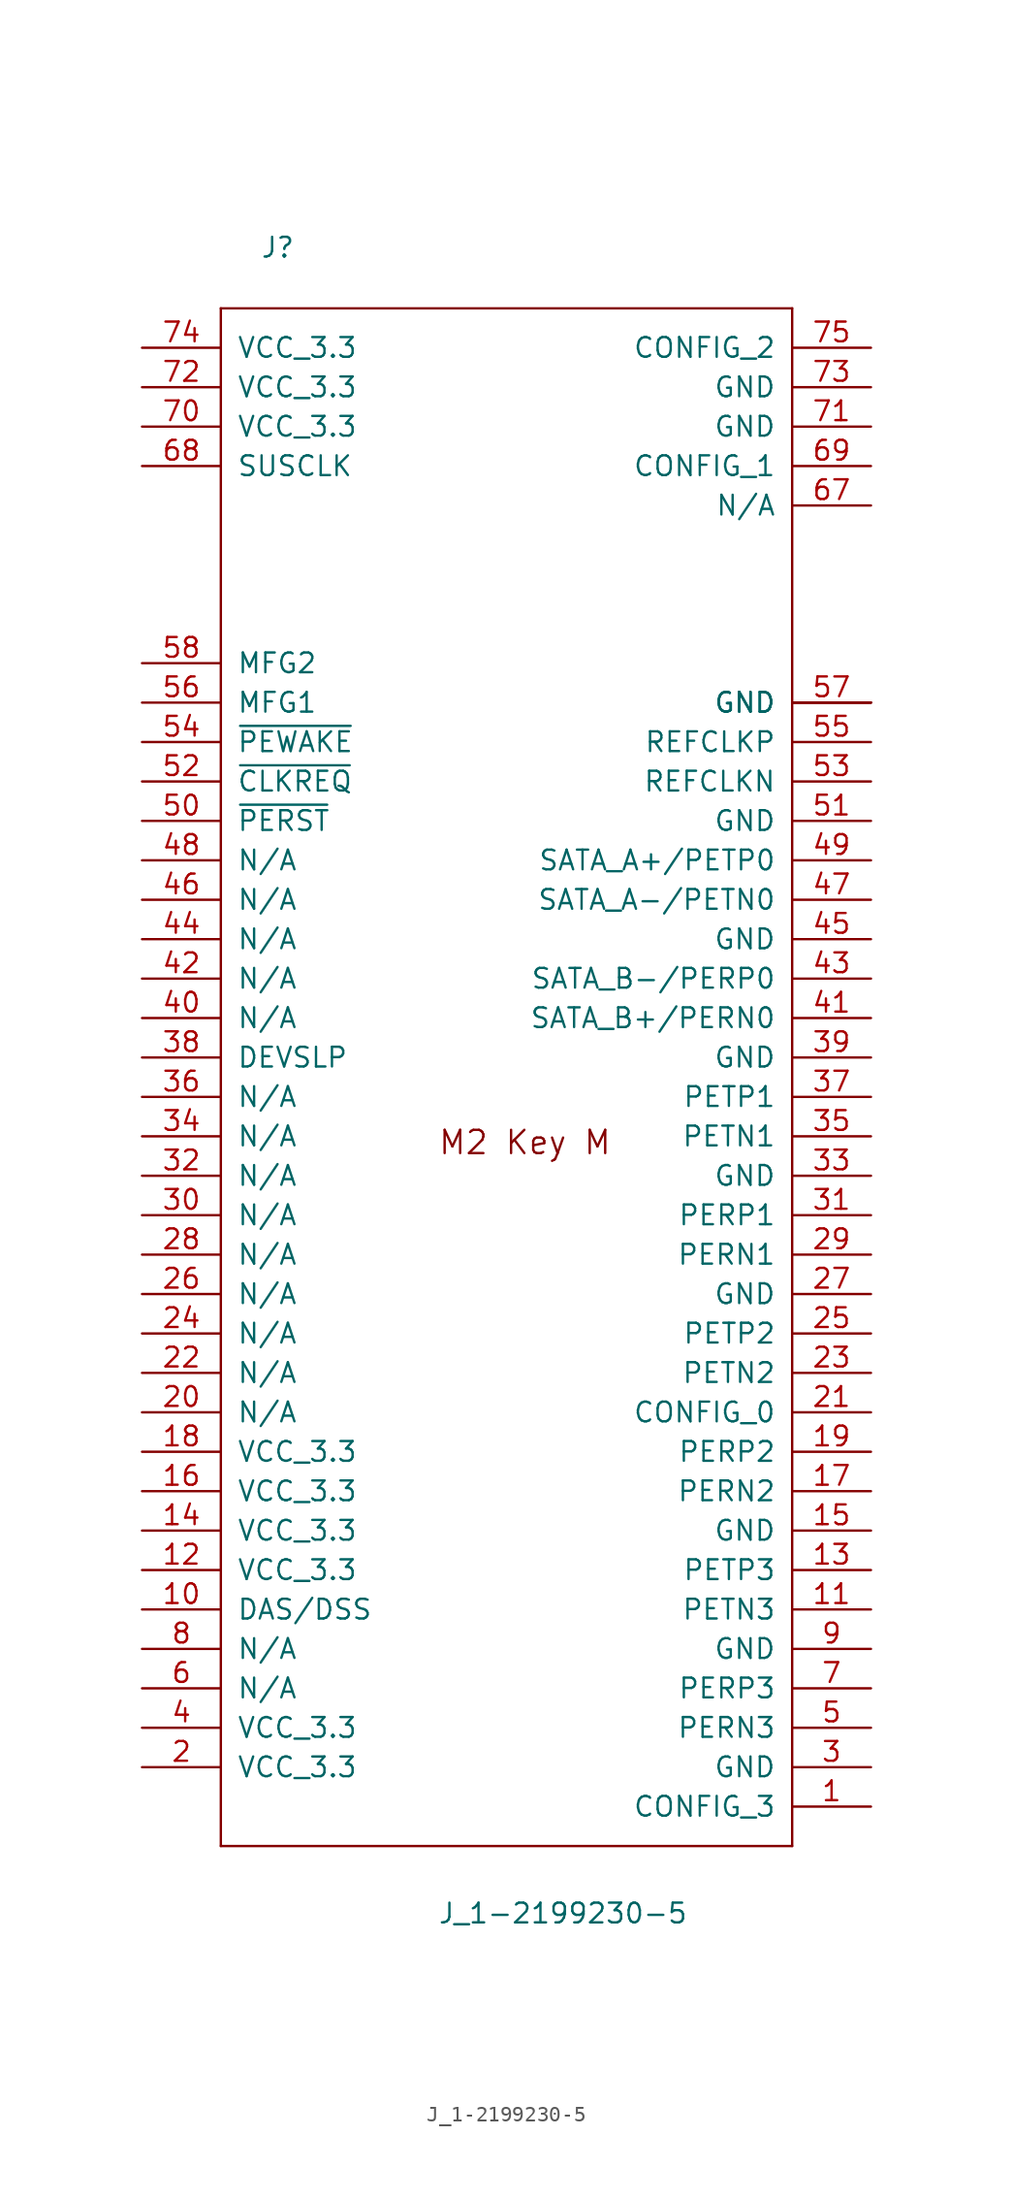
<source format=kicad_sym>
(kicad_symbol_lib
  (version 20211014)
  (generator kicad_symbol_editor)
  (symbol "J_1-2199230-5"
    (pin_names
      (offset 1.016))
    (property "Reference" "J"
      (at -16.51 55.245 0)
      (effects (font (size 1.27 1.27)) (justify left bottom)))
    (property "Value" "J_1-2199230-5"
      (at -5.08 -52.07 0)
      (effects (font (size 1.27 1.27)) (justify left bottom)))
    (symbol "J_1-2199230-5_1_1"
      (polyline (pts (xy -19.05 -46.99) (xy -19.05 52.07)) (stroke (width 0) (type default) (color 0 0 0 0)) (fill (type none)))
      (polyline (pts (xy -19.05 52.07) (xy 17.78 52.07)) (stroke (width 0) (type default) (color 0 0 0 0)) (fill (type none)))
      (polyline (pts (xy 17.78 -46.99) (xy -19.05 -46.99)) (stroke (width 0) (type default) (color 0 0 0 0)) (fill (type none)))
      (polyline (pts (xy 17.78 52.07) (xy 17.78 -46.99)) (stroke (width 0) (type default) (color 0 0 0 0)) (fill (type none)))
      (text "M2 Key M" (at -5.08 -2.54 0) (effects (font (size 1.499 1.499)) (justify left bottom)))
      (pin bidirectional line (at 22.86 -44.45 180) (length 5.08) (name "CONFIG_3" (effects (font (size 1.27 1.27)))) (number "1" (effects (font (size 1.27 1.27)))))
      (pin bidirectional line (at -24.13 -31.75 0) (length 5.08) (name "DAS/DSS" (effects (font (size 1.27 1.27)))) (number "10" (effects (font (size 1.27 1.27)))))
      (pin bidirectional line (at 22.86 -31.75 180) (length 5.08) (name "PETN3" (effects (font (size 1.27 1.27)))) (number "11" (effects (font (size 1.27 1.27)))))
      (pin bidirectional line (at -24.13 -29.21 0) (length 5.08) (name "VCC_3.3" (effects (font (size 1.27 1.27)))) (number "12" (effects (font (size 1.27 1.27)))))
      (pin bidirectional line (at 22.86 -29.21 180) (length 5.08) (name "PETP3" (effects (font (size 1.27 1.27)))) (number "13" (effects (font (size 1.27 1.27)))))
      (pin bidirectional line (at -24.13 -26.67 0) (length 5.08) (name "VCC_3.3" (effects (font (size 1.27 1.27)))) (number "14" (effects (font (size 1.27 1.27)))))
      (pin bidirectional line (at 22.86 -26.67 180) (length 5.08) (name "GND" (effects (font (size 1.27 1.27)))) (number "15" (effects (font (size 1.27 1.27)))))
      (pin bidirectional line (at -24.13 -24.13 0) (length 5.08) (name "VCC_3.3" (effects (font (size 1.27 1.27)))) (number "16" (effects (font (size 1.27 1.27)))))
      (pin bidirectional line (at 22.86 -24.13 180) (length 5.08) (name "PERN2" (effects (font (size 1.27 1.27)))) (number "17" (effects (font (size 1.27 1.27)))))
      (pin bidirectional line (at -24.13 -21.59 0) (length 5.08) (name "VCC_3.3" (effects (font (size 1.27 1.27)))) (number "18" (effects (font (size 1.27 1.27)))))
      (pin bidirectional line (at 22.86 -21.59 180) (length 5.08) (name "PERP2" (effects (font (size 1.27 1.27)))) (number "19" (effects (font (size 1.27 1.27)))))
      (pin bidirectional line (at -24.13 -41.91 0) (length 5.08) (name "VCC_3.3" (effects (font (size 1.27 1.27)))) (number "2" (effects (font (size 1.27 1.27)))))
      (pin bidirectional line (at -24.13 -19.05 0) (length 5.08) (name "N/A" (effects (font (size 1.27 1.27)))) (number "20" (effects (font (size 1.27 1.27)))))
      (pin bidirectional line (at 22.86 -19.05 180) (length 5.08) (name "CONFIG_0" (effects (font (size 1.27 1.27)))) (number "21" (effects (font (size 1.27 1.27)))))
      (pin bidirectional line (at -24.13 -16.51 0) (length 5.08) (name "N/A" (effects (font (size 1.27 1.27)))) (number "22" (effects (font (size 1.27 1.27)))))
      (pin bidirectional line (at 22.86 -16.51 180) (length 5.08) (name "PETN2" (effects (font (size 1.27 1.27)))) (number "23" (effects (font (size 1.27 1.27)))))
      (pin bidirectional line (at -24.13 -13.97 0) (length 5.08) (name "N/A" (effects (font (size 1.27 1.27)))) (number "24" (effects (font (size 1.27 1.27)))))
      (pin bidirectional line (at 22.86 -13.97 180) (length 5.08) (name "PETP2" (effects (font (size 1.27 1.27)))) (number "25" (effects (font (size 1.27 1.27)))))
      (pin bidirectional line (at -24.13 -11.43 0) (length 5.08) (name "N/A" (effects (font (size 1.27 1.27)))) (number "26" (effects (font (size 1.27 1.27)))))
      (pin bidirectional line (at 22.86 -11.43 180) (length 5.08) (name "GND" (effects (font (size 1.27 1.27)))) (number "27" (effects (font (size 1.27 1.27)))))
      (pin bidirectional line (at -24.13 -8.89 0) (length 5.08) (name "N/A" (effects (font (size 1.27 1.27)))) (number "28" (effects (font (size 1.27 1.27)))))
      (pin bidirectional line (at 22.86 -8.89 180) (length 5.08) (name "PERN1" (effects (font (size 1.27 1.27)))) (number "29" (effects (font (size 1.27 1.27)))))
      (pin bidirectional line (at 22.86 -41.91 180) (length 5.08) (name "GND" (effects (font (size 1.27 1.27)))) (number "3" (effects (font (size 1.27 1.27)))))
      (pin bidirectional line (at -24.13 -6.35 0) (length 5.08) (name "N/A" (effects (font (size 1.27 1.27)))) (number "30" (effects (font (size 1.27 1.27)))))
      (pin bidirectional line (at 22.86 -6.35 180) (length 5.08) (name "PERP1" (effects (font (size 1.27 1.27)))) (number "31" (effects (font (size 1.27 1.27)))))
      (pin bidirectional line (at -24.13 -3.81 0) (length 5.08) (name "N/A" (effects (font (size 1.27 1.27)))) (number "32" (effects (font (size 1.27 1.27)))))
      (pin bidirectional line (at 22.86 -3.81 180) (length 5.08) (name "GND" (effects (font (size 1.27 1.27)))) (number "33" (effects (font (size 1.27 1.27)))))
      (pin bidirectional line (at -24.13 -1.27 0) (length 5.08) (name "N/A" (effects (font (size 1.27 1.27)))) (number "34" (effects (font (size 1.27 1.27)))))
      (pin bidirectional line (at 22.86 -1.27 180) (length 5.08) (name "PETN1" (effects (font (size 1.27 1.27)))) (number "35" (effects (font (size 1.27 1.27)))))
      (pin bidirectional line (at -24.13 1.27 0) (length 5.08) (name "N/A" (effects (font (size 1.27 1.27)))) (number "36" (effects (font (size 1.27 1.27)))))
      (pin bidirectional line (at 22.86 1.27 180) (length 5.08) (name "PETP1" (effects (font (size 1.27 1.27)))) (number "37" (effects (font (size 1.27 1.27)))))
      (pin bidirectional line (at -24.13 3.81 0) (length 5.08) (name "DEVSLP" (effects (font (size 1.27 1.27)))) (number "38" (effects (font (size 1.27 1.27)))))
      (pin bidirectional line (at 22.86 3.81 180) (length 5.08) (name "GND" (effects (font (size 1.27 1.27)))) (number "39" (effects (font (size 1.27 1.27)))))
      (pin bidirectional line (at -24.13 -39.37 0) (length 5.08) (name "VCC_3.3" (effects (font (size 1.27 1.27)))) (number "4" (effects (font (size 1.27 1.27)))))
      (pin bidirectional line (at -24.13 6.35 0) (length 5.08) (name "N/A" (effects (font (size 1.27 1.27)))) (number "40" (effects (font (size 1.27 1.27)))))
      (pin bidirectional line (at 22.86 6.35 180) (length 5.08) (name "SATA_B+/PERN0" (effects (font (size 1.27 1.27)))) (number "41" (effects (font (size 1.27 1.27)))))
      (pin bidirectional line (at -24.13 8.89 0) (length 5.08) (name "N/A" (effects (font (size 1.27 1.27)))) (number "42" (effects (font (size 1.27 1.27)))))
      (pin bidirectional line (at 22.86 8.89 180) (length 5.08) (name "SATA_B-/PERP0" (effects (font (size 1.27 1.27)))) (number "43" (effects (font (size 1.27 1.27)))))
      (pin bidirectional line (at -24.13 11.43 0) (length 5.08) (name "N/A" (effects (font (size 1.27 1.27)))) (number "44" (effects (font (size 1.27 1.27)))))
      (pin bidirectional line (at 22.86 11.43 180) (length 5.08) (name "GND" (effects (font (size 1.27 1.27)))) (number "45" (effects (font (size 1.27 1.27)))))
      (pin bidirectional line (at -24.13 13.97 0) (length 5.08) (name "N/A" (effects (font (size 1.27 1.27)))) (number "46" (effects (font (size 1.27 1.27)))))
      (pin bidirectional line (at 22.86 13.97 180) (length 5.08) (name "SATA_A-/PETN0" (effects (font (size 1.27 1.27)))) (number "47" (effects (font (size 1.27 1.27)))))
      (pin bidirectional line (at -24.13 16.51 0) (length 5.08) (name "N/A" (effects (font (size 1.27 1.27)))) (number "48" (effects (font (size 1.27 1.27)))))
      (pin bidirectional line (at 22.86 16.51 180) (length 5.08) (name "SATA_A+/PETP0" (effects (font (size 1.27 1.27)))) (number "49" (effects (font (size 1.27 1.27)))))
      (pin bidirectional line (at 22.86 -39.37 180) (length 5.08) (name "PERN3" (effects (font (size 1.27 1.27)))) (number "5" (effects (font (size 1.27 1.27)))))
      (pin bidirectional line (at -24.13 19.05 0) (length 5.08) (name "~{PERST}" (effects (font (size 1.27 1.27)))) (number "50" (effects (font (size 1.27 1.27)))))
      (pin bidirectional line (at 22.86 19.05 180) (length 5.08) (name "GND" (effects (font (size 1.27 1.27)))) (number "51" (effects (font (size 1.27 1.27)))))
      (pin bidirectional line (at -24.13 21.59 0) (length 5.08) (name "~{CLKREQ}" (effects (font (size 1.27 1.27)))) (number "52" (effects (font (size 1.27 1.27)))))
      (pin bidirectional line (at 22.86 21.59 180) (length 5.08) (name "REFCLKN" (effects (font (size 1.27 1.27)))) (number "53" (effects (font (size 1.27 1.27)))))
      (pin bidirectional line (at -24.13 24.13 0) (length 5.08) (name "~{PEWAKE}" (effects (font (size 1.27 1.27)))) (number "54" (effects (font (size 1.27 1.27)))))
      (pin bidirectional line (at 22.86 24.13 180) (length 5.08) (name "REFCLKP" (effects (font (size 1.27 1.27)))) (number "55" (effects (font (size 1.27 1.27)))))
      (pin bidirectional line (at -24.13 26.67 0) (length 5.08) (name "MFG1" (effects (font (size 1.27 1.27)))) (number "56" (effects (font (size 1.27 1.27)))))
      (pin bidirectional line (at 22.86 26.67 180) (length 5.08) (name "GND" (effects (font (size 1.27 1.27)))) (number "57" (effects (font (size 1.27 1.27)))))
      (pin bidirectional line (at -24.13 29.21 0) (length 5.08) (name "MFG2" (effects (font (size 1.27 1.27)))) (number "58" (effects (font (size 1.27 1.27)))))
      (pin bidirectional line (at -24.13 -36.83 0) (length 5.08) (name "N/A" (effects (font (size 1.27 1.27)))) (number "6" (effects (font (size 1.27 1.27)))))
      (pin bidirectional line (at 22.86 39.37 180) (length 5.08) (name "N/A" (effects (font (size 1.27 1.27)))) (number "67" (effects (font (size 1.27 1.27)))))
      (pin bidirectional line (at -24.13 41.91 0) (length 5.08) (name "SUSCLK" (effects (font (size 1.27 1.27)))) (number "68" (effects (font (size 1.27 1.27)))))
      (pin bidirectional line (at 22.86 41.91 180) (length 5.08) (name "CONFIG_1" (effects (font (size 1.27 1.27)))) (number "69" (effects (font (size 1.27 1.27)))))
      (pin bidirectional line (at 22.86 -36.83 180) (length 5.08) (name "PERP3" (effects (font (size 1.27 1.27)))) (number "7" (effects (font (size 1.27 1.27)))))
      (pin bidirectional line (at -24.13 44.45 0) (length 5.08) (name "VCC_3.3" (effects (font (size 1.27 1.27)))) (number "70" (effects (font (size 1.27 1.27)))))
      (pin bidirectional line (at 22.86 44.45 180) (length 5.08) (name "GND" (effects (font (size 1.27 1.27)))) (number "71" (effects (font (size 1.27 1.27)))))
      (pin bidirectional line (at -24.13 46.99 0) (length 5.08) (name "VCC_3.3" (effects (font (size 1.27 1.27)))) (number "72" (effects (font (size 1.27 1.27)))))
      (pin bidirectional line (at 22.86 46.99 180) (length 5.08) (name "GND" (effects (font (size 1.27 1.27)))) (number "73" (effects (font (size 1.27 1.27)))))
      (pin bidirectional line (at -24.13 49.53 0) (length 5.08) (name "VCC_3.3" (effects (font (size 1.27 1.27)))) (number "74" (effects (font (size 1.27 1.27)))))
      (pin bidirectional line (at 22.86 49.53 180) (length 5.08) (name "CONFIG_2" (effects (font (size 1.27 1.27)))) (number "75" (effects (font (size 1.27 1.27)))))
      (pin bidirectional line (at -24.13 -34.29 0) (length 5.08) (name "N/A" (effects (font (size 1.27 1.27)))) (number "8" (effects (font (size 1.27 1.27)))))
      (pin bidirectional line (at 22.86 -34.29 180) (length 5.08) (name "GND" (effects (font (size 1.27 1.27)))) (number "9" (effects (font (size 1.27 1.27)))))
      (pin bidirectional line (at 22.86 26.67 180) (length 5.08) (name "GND" (effects (font (size 1.27 1.27)))) (number "S1" (effects (font (size 0 0)))))
      (pin bidirectional line (at 22.86 26.67 180) (length 5.08) (name "GND" (effects (font (size 1.27 1.27)))) (number "S2" (effects (font (size 0 0))))))))
</source>
